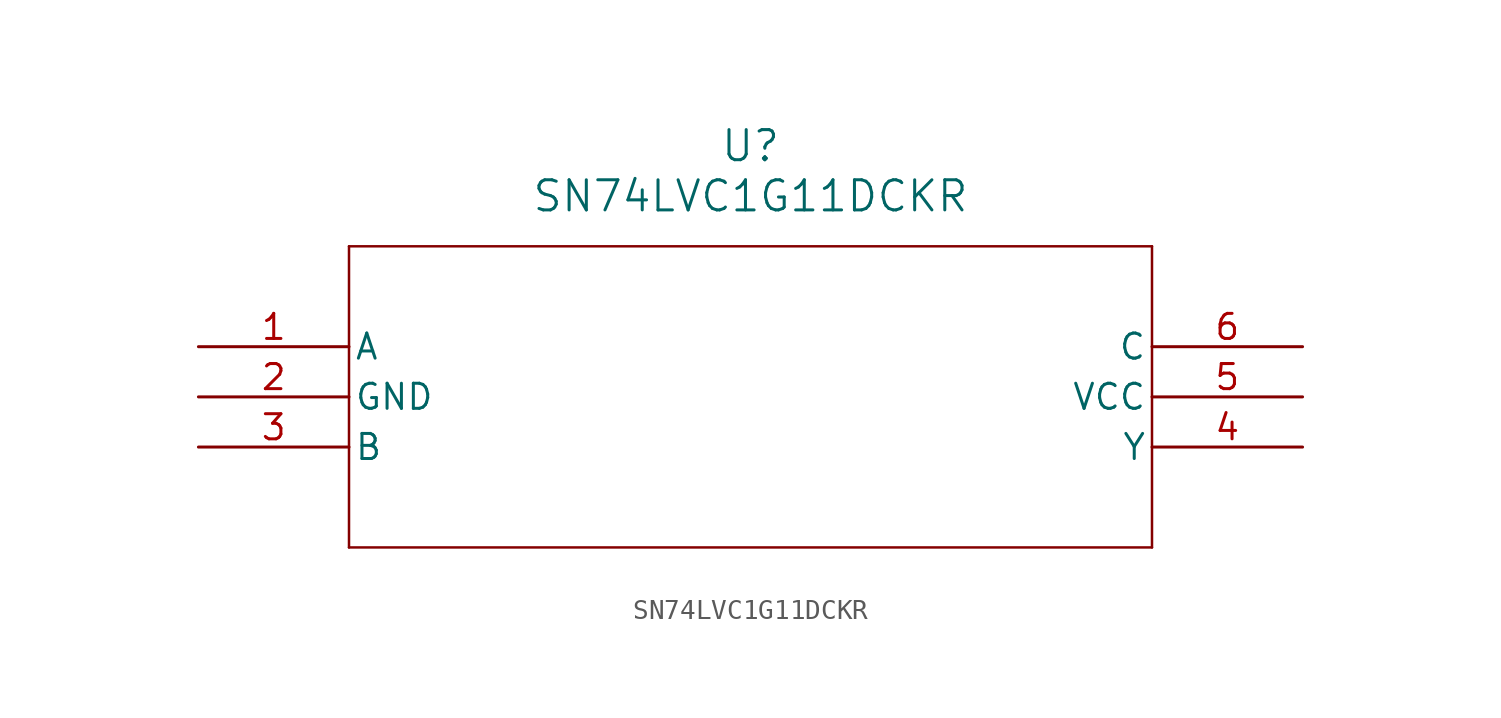
<source format=kicad_sym>
(kicad_symbol_lib
  (version 20211014)
  (generator kicad_symbol_editor)
  (symbol "SN74LVC1G11DCKR"
    (pin_names
      (offset 0.254))
    (property "Reference" "U"
      (at 27.94 10.16 0)
      (effects (font (size 1.524 1.524))))
    (property "Value" "SN74LVC1G11DCKR"
      (at 27.94 7.62 0)
      (effects (font (size 1.524 1.524))))
    (symbol "SN74LVC1G11DCKR_0_1"
      (polyline (pts (xy 7.62 5.08) (xy 7.62 -10.16)) (stroke (width 0.127) (type default) (color 0 0 0 0)) (fill (type none)))
      (polyline (pts (xy 7.62 -10.16) (xy 48.26 -10.16)) (stroke (width 0.127) (type default) (color 0 0 0 0)) (fill (type none)))
      (polyline (pts (xy 48.26 -10.16) (xy 48.26 5.08)) (stroke (width 0.127) (type default) (color 0 0 0 0)) (fill (type none)))
      (polyline (pts (xy 48.26 5.08) (xy 7.62 5.08)) (stroke (width 0.127) (type default) (color 0 0 0 0)) (fill (type none)))
      (pin input line (at 0 0 0) (length 7.62) (name "A" (effects (font (size 1.27 1.27)))) (number "1" (effects (font (size 1.27 1.27)))))
      (pin power_in line (at 0 -2.54 0) (length 7.62) (name "GND" (effects (font (size 1.27 1.27)))) (number "2" (effects (font (size 1.27 1.27)))))
      (pin input line (at 0 -5.08 0) (length 7.62) (name "B" (effects (font (size 1.27 1.27)))) (number "3" (effects (font (size 1.27 1.27)))))
      (pin output line (at 55.88 -5.08 180) (length 7.62) (name "Y" (effects (font (size 1.27 1.27)))) (number "4" (effects (font (size 1.27 1.27)))))
      (pin power_in line (at 55.88 -2.54 180) (length 7.62) (name "VCC" (effects (font (size 1.27 1.27)))) (number "5" (effects (font (size 1.27 1.27)))))
      (pin input line (at 55.88 0 180) (length 7.62) (name "C" (effects (font (size 1.27 1.27)))) (number "6" (effects (font (size 1.27 1.27))))))))
</source>
